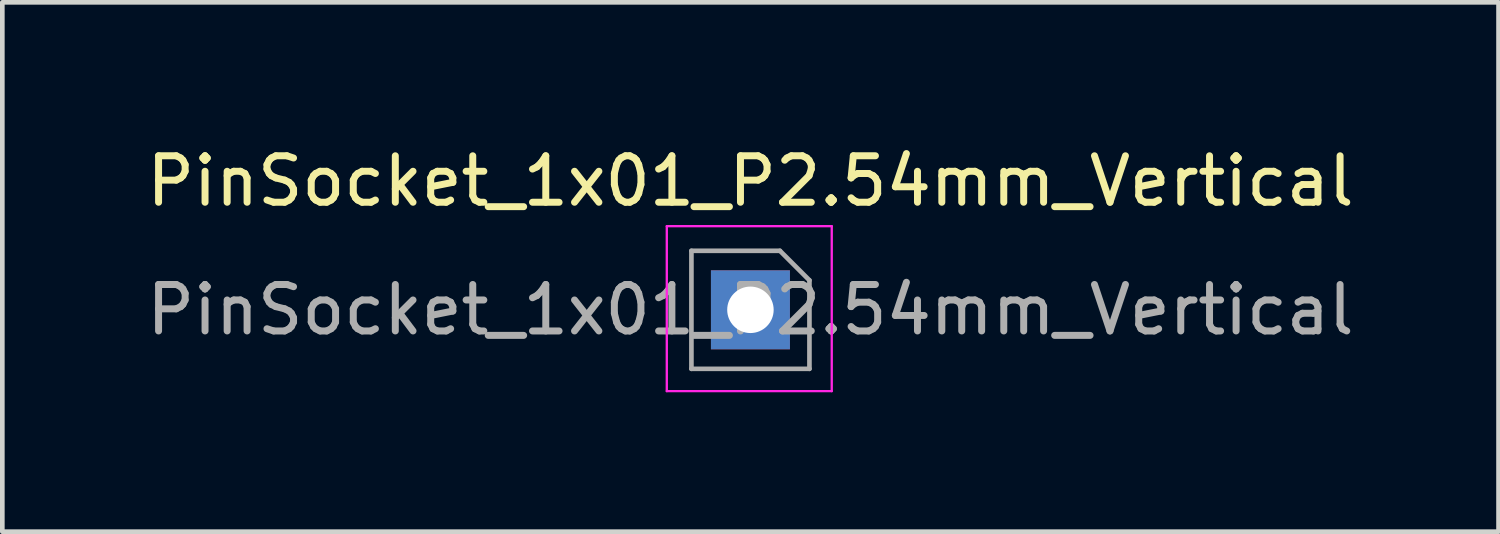
<source format=kicad_pcb>
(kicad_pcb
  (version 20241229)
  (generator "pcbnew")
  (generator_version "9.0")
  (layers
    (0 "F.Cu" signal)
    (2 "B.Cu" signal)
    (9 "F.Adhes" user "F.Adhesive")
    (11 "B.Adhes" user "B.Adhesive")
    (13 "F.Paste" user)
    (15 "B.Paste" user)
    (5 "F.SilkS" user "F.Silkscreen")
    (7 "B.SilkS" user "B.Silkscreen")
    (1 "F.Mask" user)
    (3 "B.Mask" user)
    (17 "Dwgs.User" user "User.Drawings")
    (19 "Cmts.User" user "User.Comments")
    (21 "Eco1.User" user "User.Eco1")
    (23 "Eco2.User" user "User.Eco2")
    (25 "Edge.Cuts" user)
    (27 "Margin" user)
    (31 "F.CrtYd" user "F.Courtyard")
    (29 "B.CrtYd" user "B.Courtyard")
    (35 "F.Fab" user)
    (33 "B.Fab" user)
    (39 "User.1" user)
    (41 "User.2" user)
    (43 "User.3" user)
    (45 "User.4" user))
  (footprint "PinSocket_1x01_P2.54mm_Vertical"
    (layer "F.Cu")
    (at 13.101 3.618)
    (property "Reference" "PinSocket_1x01_P2.54mm_Vertical" (at 0 -2.77 0) (layer "F.SilkS") (effects (font (size 1 1) (thickness 0.15))))
    (attr through_hole)
    (fp_line (start -1.8 -1.8) (end 1.75 -1.8) (stroke (width 0.05) (type solid)) (layer "F.CrtYd"))
    (fp_line (start -1.8 1.75) (end -1.8 -1.8) (stroke (width 0.05) (type solid)) (layer "F.CrtYd"))
    (fp_line (start 1.75 -1.8) (end 1.75 1.75) (stroke (width 0.05) (type solid)) (layer "F.CrtYd"))
    (fp_line (start 1.75 1.75) (end -1.8 1.75) (stroke (width 0.05) (type solid)) (layer "F.CrtYd"))
    (fp_line (start -1.27 -1.27) (end 0.635 -1.27) (stroke (width 0.1) (type solid)) (layer "F.Fab"))
    (fp_line (start -1.27 1.27) (end -1.27 -1.27) (stroke (width 0.1) (type solid)) (layer "F.Fab"))
    (fp_line (start 0.635 -1.27) (end 1.27 -0.635) (stroke (width 0.1) (type solid)) (layer "F.Fab"))
    (fp_line (start 1.27 -0.635) (end 1.27 1.27) (stroke (width 0.1) (type solid)) (layer "F.Fab"))
    (fp_line (start 1.27 1.27) (end -1.27 1.27) (stroke (width 0.1) (type solid)) (layer "F.Fab"))
    (fp_text user "${REFERENCE}" (at 0 0 0) (layer "F.Fab") (effects (font (size 1 1) (thickness 0.15))))
    (pad "1" thru_hole rect (at 0 0) (size 1.7 1.7) (drill 1) (layers "*.Cu" "*.Mask")))
  (gr_rect
    (start -3 -3)
    (end 29.202 8.393)
    (stroke (width 0.1) (type default))
    (fill no)
    (layer "Edge.Cuts")))
</source>
